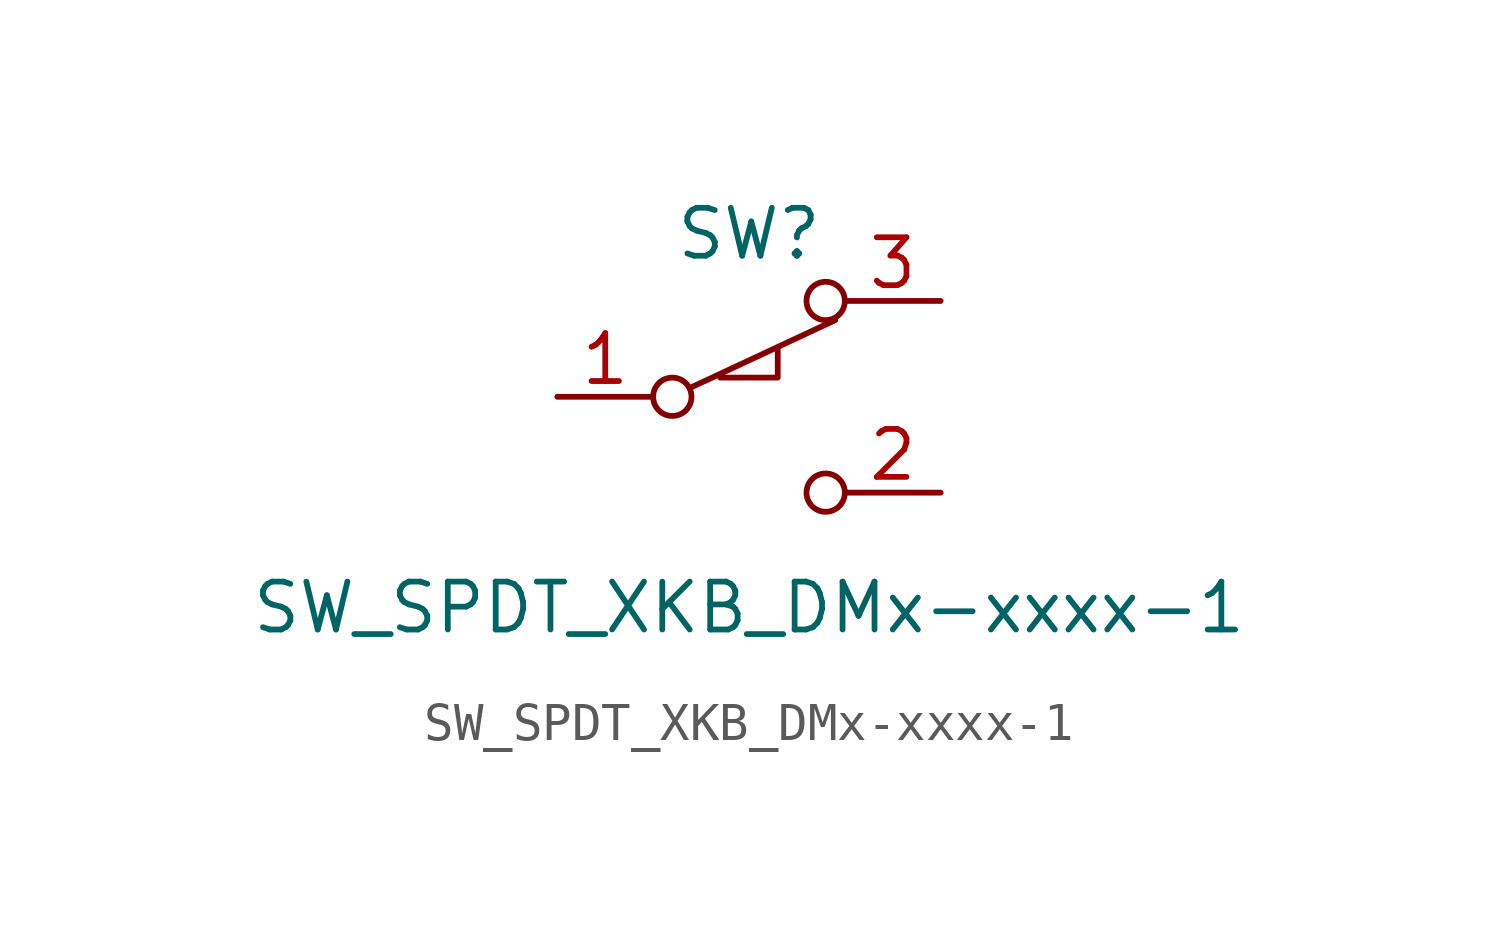
<source format=kicad_sym>
(kicad_symbol_lib
  (version 20231120)
  (generator "kicad_symbol_editor")
  (generator_version "8.0")
  (symbol "SW_SPDT_XKB_DMx-xxxx-1"
    (pin_names
      (offset 0) hide)
    (property "Reference" "SW"
      (at 0 4.318 0)
      (effects (font (size 1.27 1.27))))
    (property "Value" "SW_SPDT_XKB_DMx-xxxx-1"
      (at 0 -5.588 0)
      (effects (font (size 1.27 1.27))))
    (symbol "SW_SPDT_XKB_DMx-xxxx-1_1_1"
      (circle (center -2.032 0) (radius 0.508) (stroke (width 0) (type default)) (fill (type none)))
      (polyline (pts (xy -1.524 0.254) (xy 2.286 2.032)) (stroke (width 0) (type default)) (fill (type none)))
      (polyline (pts (xy -0.762 0.508) (xy 0.762 0.508) (xy 0.762 1.27)) (stroke (width 0) (type default)) (fill (type none)))
      (circle (center 2.032 -2.54) (radius 0.508) (stroke (width 0) (type default)) (fill (type none)))
      (circle (center 2.032 2.54) (radius 0.508) (stroke (width 0) (type default)) (fill (type none)))
      (pin passive line (at -5.08 0 0) (length 2.54) (name "A" (effects (font (size 1.27 1.27)))) (number "1" (effects (font (size 1.27 1.27)))))
      (pin passive line (at 5.08 -2.54 180) (length 2.54) (name "B" (effects (font (size 1.27 1.27)))) (number "2" (effects (font (size 1.27 1.27)))))
      (pin passive line (at 5.08 2.54 180) (length 2.54) (name "C" (effects (font (size 1.27 1.27)))) (number "3" (effects (font (size 1.27 1.27))))))))
</source>
